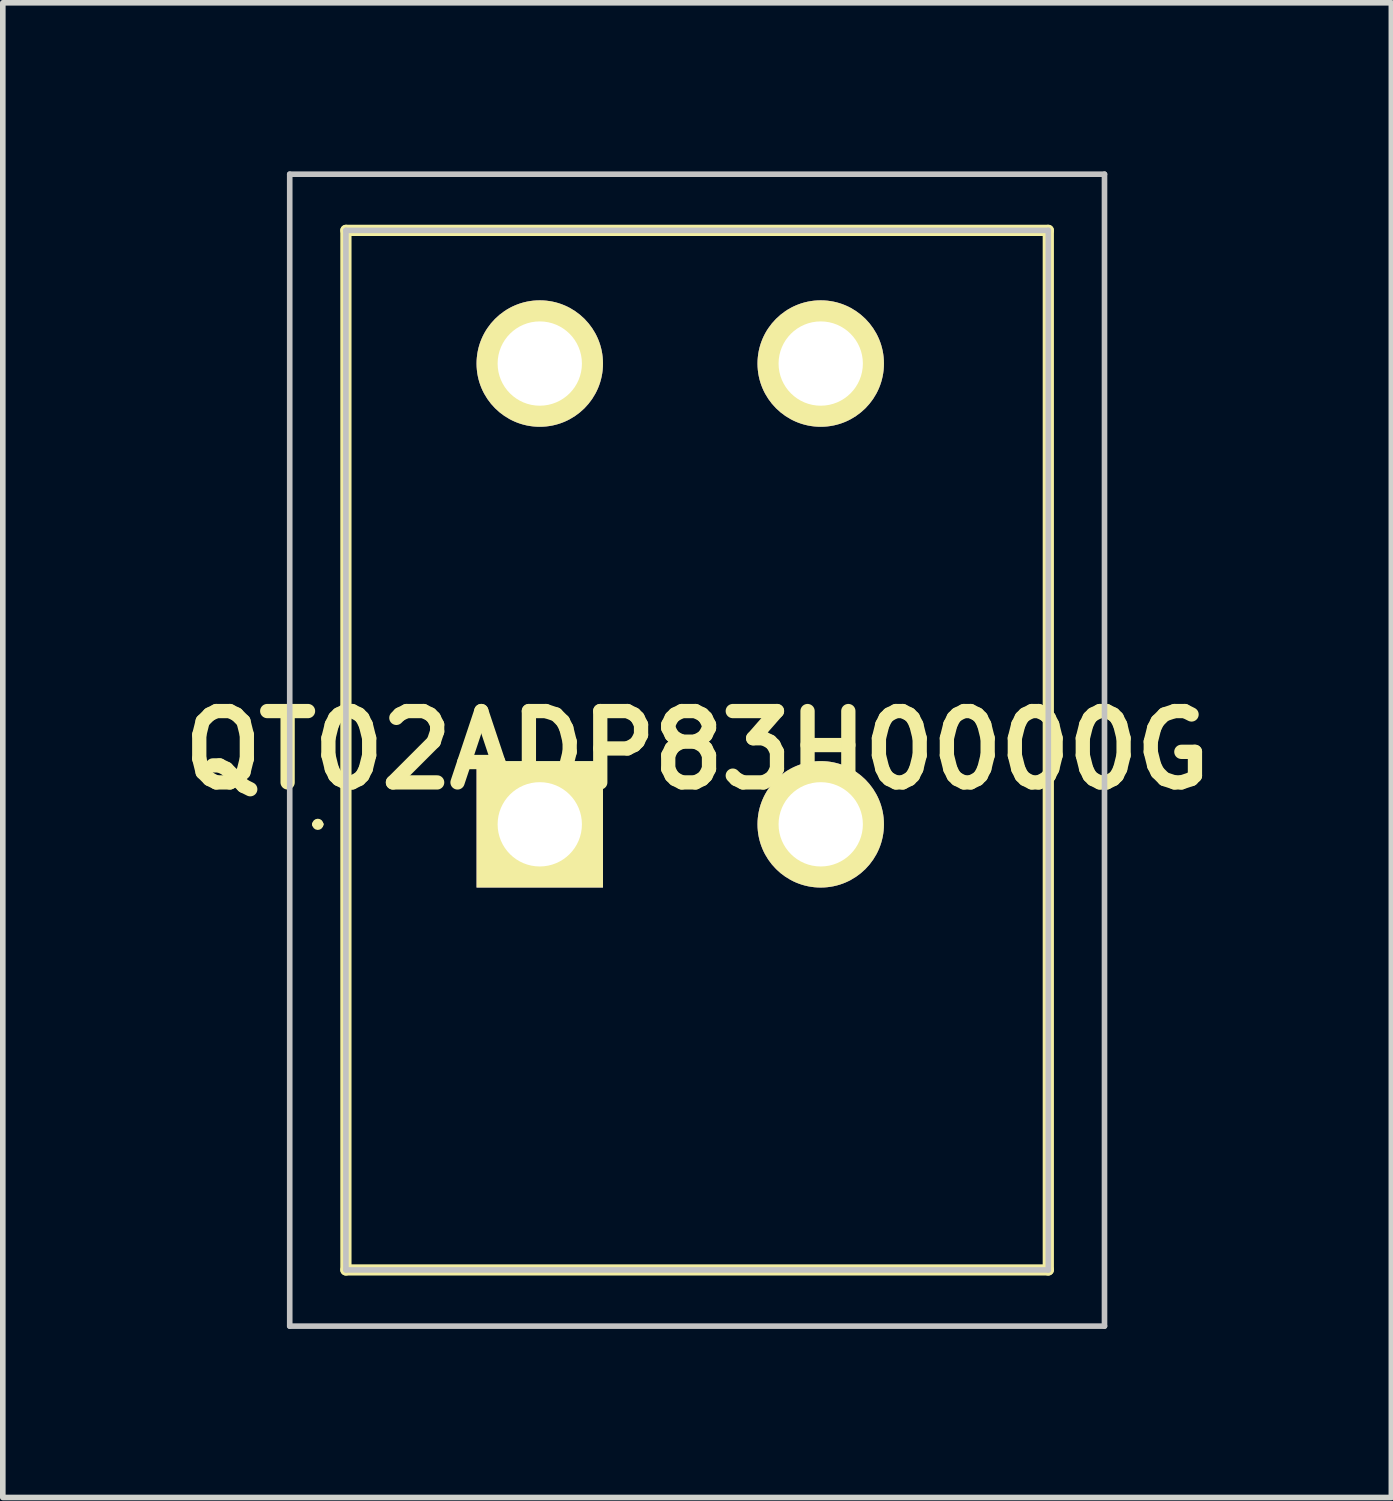
<source format=kicad_pcb>
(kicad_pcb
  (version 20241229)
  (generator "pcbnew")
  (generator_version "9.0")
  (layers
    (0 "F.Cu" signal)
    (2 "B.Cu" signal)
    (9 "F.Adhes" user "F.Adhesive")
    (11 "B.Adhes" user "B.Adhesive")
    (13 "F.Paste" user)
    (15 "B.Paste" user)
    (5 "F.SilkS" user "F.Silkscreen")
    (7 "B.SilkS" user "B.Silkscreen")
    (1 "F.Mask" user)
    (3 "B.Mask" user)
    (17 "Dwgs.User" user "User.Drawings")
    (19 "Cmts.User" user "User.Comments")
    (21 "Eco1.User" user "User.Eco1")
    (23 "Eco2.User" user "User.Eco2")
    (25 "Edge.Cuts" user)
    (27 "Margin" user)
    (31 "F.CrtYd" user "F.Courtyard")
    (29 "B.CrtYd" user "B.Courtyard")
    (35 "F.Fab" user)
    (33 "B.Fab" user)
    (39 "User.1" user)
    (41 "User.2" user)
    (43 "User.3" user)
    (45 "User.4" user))
  (footprint "QT02ADP83H0000G"
    (layer "F.Cu")
    (at 6.556 11.62)
    (property "Reference" "QT02ADP83H0000G" (at 2.8 -1.32 0) (layer "F.SilkS") (effects (font (size 1.27 1.27) (thickness 0.254))))
    (attr through_hole exclude_from_pos_files)
    (fp_line (start -4 0) (end -4 0) (stroke (width 0.1) (type solid)) (layer "F.SilkS"))
    (fp_line (start -3.9 0) (end -3.9 0) (stroke (width 0.1) (type solid)) (layer "F.SilkS"))
    (fp_line (start -3.45 -10.57) (end 9.05 -10.57) (stroke (width 0.2) (type solid)) (layer "F.SilkS"))
    (fp_line (start -3.45 7.93) (end -3.45 -10.57) (stroke (width 0.2) (type solid)) (layer "F.SilkS"))
    (fp_line (start 9.05 -10.57) (end 9.05 7.93) (stroke (width 0.2) (type solid)) (layer "F.SilkS"))
    (fp_line (start 9.05 7.93) (end -3.45 7.93) (stroke (width 0.2) (type solid)) (layer "F.SilkS"))
    (fp_arc (start -4 0) (mid -3.95 -0.05) (end -3.9 0) (stroke (width 0.1) (type solid)) (layer "F.SilkS"))
    (fp_arc (start -3.9 0) (mid -3.95 0.05) (end -4 0) (stroke (width 0.1) (type solid)) (layer "F.SilkS"))
    (fp_line (start -4.45 -11.57) (end 10.05 -11.57) (stroke (width 0.1) (type solid)) (layer "Dwgs.User"))
    (fp_line (start -4.45 8.93) (end -4.45 -11.57) (stroke (width 0.1) (type solid)) (layer "Dwgs.User"))
    (fp_line (start -3.45 -10.57) (end 9.05 -10.57) (stroke (width 0.1) (type solid)) (layer "Dwgs.User"))
    (fp_line (start -3.45 7.93) (end -3.45 -10.57) (stroke (width 0.1) (type solid)) (layer "Dwgs.User"))
    (fp_line (start 9.05 -10.57) (end 9.05 7.93) (stroke (width 0.1) (type solid)) (layer "Dwgs.User"))
    (fp_line (start 9.05 7.93) (end -3.45 7.93) (stroke (width 0.1) (type solid)) (layer "Dwgs.User"))
    (fp_line (start 10.05 -11.57) (end 10.05 8.93) (stroke (width 0.1) (type solid)) (layer "Dwgs.User"))
    (fp_line (start 10.05 8.93) (end -4.45 8.93) (stroke (width 0.1) (type solid)) (layer "Dwgs.User"))
    (pad "1" thru_hole rect (at 0 0 90) (size 2.25 2.25) (drill 1.5) (layers "*.Cu" "*.Mask" "F.SilkS"))
    (pad "2" thru_hole circle (at 0 -8.2 90) (size 2.25 2.25) (drill 1.5) (layers "*.Cu" "*.Mask" "F.SilkS"))
    (pad "3" thru_hole circle (at 5 0 90) (size 2.25 2.25) (drill 1.5) (layers "*.Cu" "*.Mask" "F.SilkS"))
    (pad "4" thru_hole circle (at 5 -8.2 90) (size 2.25 2.25) (drill 1.5) (layers "*.Cu" "*.Mask" "F.SilkS")))
  (gr_rect
    (start -3 -3)
    (end 21.711 23.6)
    (stroke (width 0.1) (type default))
    (fill no)
    (layer "Edge.Cuts")))
</source>
